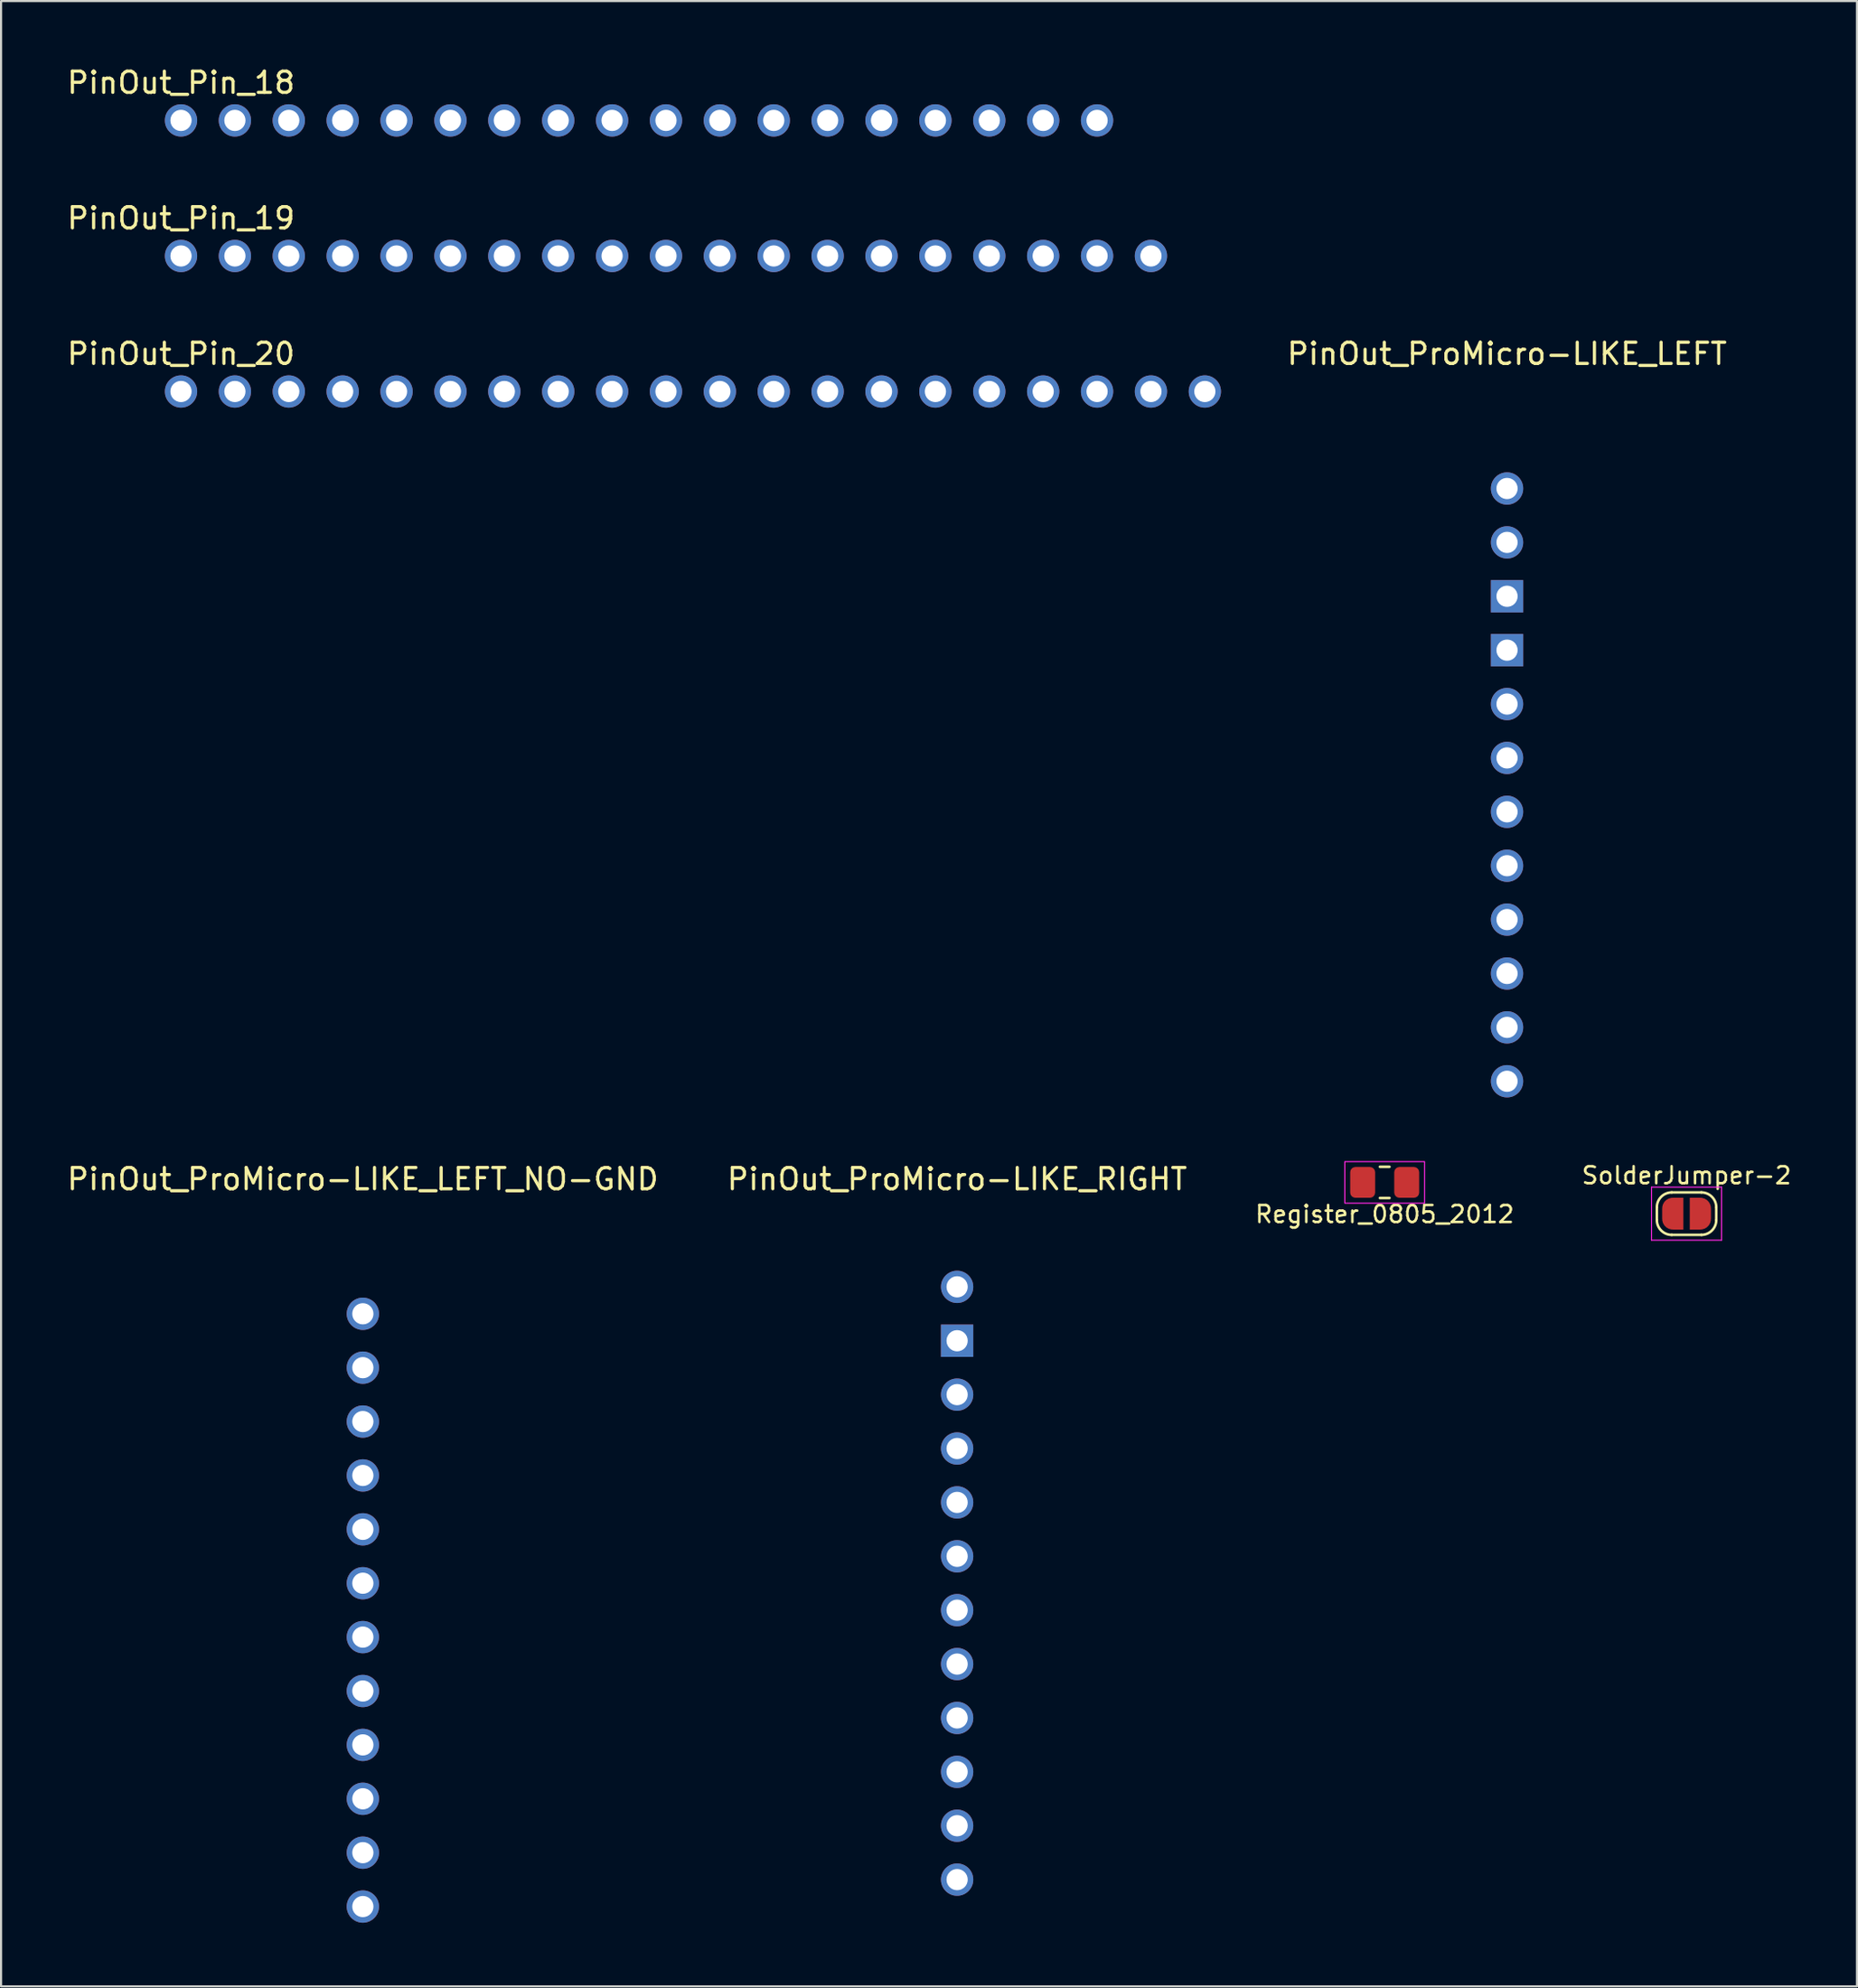
<source format=kicad_pcb>
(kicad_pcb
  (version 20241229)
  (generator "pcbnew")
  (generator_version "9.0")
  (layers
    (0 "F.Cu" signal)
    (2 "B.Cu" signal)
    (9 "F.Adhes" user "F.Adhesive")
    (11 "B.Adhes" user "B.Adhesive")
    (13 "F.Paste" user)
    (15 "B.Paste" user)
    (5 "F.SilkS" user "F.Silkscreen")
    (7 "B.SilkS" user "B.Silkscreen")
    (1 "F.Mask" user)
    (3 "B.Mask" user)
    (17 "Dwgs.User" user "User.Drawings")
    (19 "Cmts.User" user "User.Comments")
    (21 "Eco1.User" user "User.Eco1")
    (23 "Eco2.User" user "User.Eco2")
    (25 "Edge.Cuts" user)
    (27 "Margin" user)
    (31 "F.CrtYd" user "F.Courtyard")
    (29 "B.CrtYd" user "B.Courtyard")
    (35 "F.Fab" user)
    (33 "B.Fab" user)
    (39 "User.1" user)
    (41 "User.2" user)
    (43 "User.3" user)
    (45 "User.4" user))
  (footprint "PinOut_Pin_20"
    (layer "F.Cu")
    (at 5.482 15.403)
    (property "Reference" "PinOut_Pin_20" (at 0 -1.778 0) (layer "F.SilkS") (effects (font (size 1 1) (thickness 0.15))))
    (attr through_hole)
    (pad "1" thru_hole circle (at 0 0) (size 1.524 1.524) (drill 1) (layers "*.Cu" "*.Mask"))
    (pad "2" thru_hole circle (at 2.54 0) (size 1.524 1.524) (drill 1) (layers "*.Cu" "*.Mask"))
    (pad "3" thru_hole circle (at 5.08 0) (size 1.524 1.524) (drill 1) (layers "*.Cu" "*.Mask"))
    (pad "4" thru_hole circle (at 7.62 0) (size 1.524 1.524) (drill 1) (layers "*.Cu" "*.Mask"))
    (pad "5" thru_hole circle (at 10.16 0) (size 1.524 1.524) (drill 1) (layers "*.Cu" "*.Mask"))
    (pad "6" thru_hole circle (at 12.7 0) (size 1.524 1.524) (drill 1) (layers "*.Cu" "*.Mask"))
    (pad "7" thru_hole circle (at 15.24 0 270) (size 1.524 1.524) (drill 1) (layers "*.Cu" "*.Mask"))
    (pad "8" thru_hole circle (at 17.78 0) (size 1.524 1.524) (drill 1) (layers "*.Cu" "*.Mask"))
    (pad "9" thru_hole circle (at 20.32 0) (size 1.524 1.524) (drill 1) (layers "*.Cu" "*.Mask"))
    (pad "10" thru_hole circle (at 22.86 0) (size 1.524 1.524) (drill 1) (layers "*.Cu" "*.Mask"))
    (pad "11" thru_hole circle (at 25.4 0) (size 1.524 1.524) (drill 1) (layers "*.Cu" "*.Mask"))
    (pad "12" thru_hole circle (at 27.94 0) (size 1.524 1.524) (drill 1) (layers "*.Cu" "*.Mask"))
    (pad "13" thru_hole circle (at 30.48 0) (size 1.524 1.524) (drill 1) (layers "*.Cu" "*.Mask"))
    (pad "14" thru_hole circle (at 33.02 0) (size 1.524 1.524) (drill 1) (layers "*.Cu" "*.Mask"))
    (pad "15" thru_hole circle (at 35.56 0) (size 1.524 1.524) (drill 1) (layers "*.Cu" "*.Mask"))
    (pad "16" thru_hole circle (at 38.1 0) (size 1.524 1.524) (drill 1) (layers "*.Cu" "*.Mask"))
    (pad "17" thru_hole circle (at 40.64 0) (size 1.524 1.524) (drill 1) (layers "*.Cu" "*.Mask"))
    (pad "18" thru_hole circle (at 43.18 0) (size 1.524 1.524) (drill 1) (layers "*.Cu" "*.Mask"))
    (pad "19" thru_hole circle (at 45.72 0) (size 1.524 1.524) (drill 1) (layers "*.Cu" "*.Mask"))
    (pad "20" thru_hole circle (at 48.26 0) (size 1.524 1.524) (drill 1) (layers "*.Cu" "*.Mask")))
  (footprint "PinOut_ProMicro-LIKE_LEFT"
    (layer "F.Cu")
    (at 67.986 33.945)
    (property "Reference" "PinOut_ProMicro-LIKE_LEFT" (at 0 -20.32 0) (unlocked yes) (layer "F.SilkS") (effects (font (size 1 1) (thickness 0.15))))
    (attr through_hole)
    (pad "1" thru_hole circle (at 0 -13.97) (size 1.524 1.524) (drill 1) (layers "*.Cu" "*.Mask"))
    (pad "2" thru_hole circle (at 0 -11.43 180) (size 1.524 1.524) (drill 1) (layers "*.Cu" "*.Mask"))
    (pad "3" thru_hole rect (at 0 -8.89) (size 1.524 1.524) (drill 1) (layers "*.Cu" "*.Mask"))
    (pad "4" thru_hole rect (at 0 -6.35) (size 1.524 1.524) (drill 1) (layers "*.Cu" "*.Mask"))
    (pad "5" thru_hole circle (at 0 -3.81) (size 1.524 1.524) (drill 1) (layers "*.Cu" "*.Mask"))
    (pad "6" thru_hole circle (at 0 -1.27) (size 1.524 1.524) (drill 1) (layers "*.Cu" "*.Mask"))
    (pad "7" thru_hole circle (at 0 1.27) (size 1.524 1.524) (drill 1) (layers "*.Cu" "*.Mask"))
    (pad "8" thru_hole circle (at 0 3.81) (size 1.524 1.524) (drill 1) (layers "*.Cu" "*.Mask"))
    (pad "9" thru_hole circle (at 0 6.35) (size 1.524 1.524) (drill 1) (layers "*.Cu" "*.Mask"))
    (pad "10" thru_hole circle (at 0 8.89) (size 1.524 1.524) (drill 1) (layers "*.Cu" "*.Mask"))
    (pad "11" thru_hole circle (at 0 11.43) (size 1.524 1.524) (drill 1) (layers "*.Cu" "*.Mask"))
    (pad "12" thru_hole circle (at 0 13.97) (size 1.524 1.524) (drill 1) (layers "*.Cu" "*.Mask")))
  (footprint "Register_0805_2012"
    (layer "F.Cu")
    (at 62.219 52.682)
    (property "Reference" "Register_0805_2012" (at 0 1.5 180) (layer "F.SilkS") (effects (font (size 0.8 0.8) (thickness 0.12))))
    (attr smd)
    (fp_line (start -0.227 -0.735) (end 0.227 -0.735) (stroke (width 0.12) (type solid)) (layer "F.SilkS"))
    (fp_line (start -0.227 0.735) (end 0.227 0.735) (stroke (width 0.12) (type solid)) (layer "F.SilkS"))
    (fp_rect (start -1.88 -0.98) (end 1.88 0.98) (stroke (width 0.05) (type default)) (fill no) (layer "F.CrtYd"))
    (pad "1" smd roundrect (at -1.038 0) (size 1.175 1.45) (layers "F.Cu" "F.Mask" "F.Paste") (roundrect_rratio 0.208))
    (pad "2" smd roundrect (at 1.038 0) (size 1.175 1.45) (layers "F.Cu" "F.Mask" "F.Paste") (roundrect_rratio 0.208)))
  (footprint "SolderJumper-2"
    (layer "F.Cu")
    (at 76.448 54.155)
    (property "Reference" "SolderJumper-2" (at 0 -1.8 0) (layer "F.SilkS") (effects (font (size 0.8 0.8) (thickness 0.12))))
    (attr exclude_from_pos_files exclude_from_bom)
    (fp_line (start -1.4 0.3) (end -1.4 -0.3) (stroke (width 0.12) (type solid)) (layer "F.SilkS"))
    (fp_line (start -0.7 -1) (end 0.7 -1) (stroke (width 0.12) (type solid)) (layer "F.SilkS"))
    (fp_line (start 0.7 1) (end -0.7 1) (stroke (width 0.12) (type solid)) (layer "F.SilkS"))
    (fp_line (start 1.4 -0.3) (end 1.4 0.3) (stroke (width 0.12) (type solid)) (layer "F.SilkS"))
    (fp_arc (start -1.4 -0.3) (mid -1.194975 -0.794975) (end -0.7 -1) (stroke (width 0.12) (type solid)) (layer "F.SilkS"))
    (fp_arc (start -0.7 1) (mid -1.194975 0.794975) (end -1.4 0.3) (stroke (width 0.12) (type solid)) (layer "F.SilkS"))
    (fp_arc (start 0.7 -1) (mid 1.194975 -0.794975) (end 1.4 -0.3) (stroke (width 0.12) (type solid)) (layer "F.SilkS"))
    (fp_arc (start 1.4 0.3) (mid 1.194975 0.794975) (end 0.7 1) (stroke (width 0.12) (type solid)) (layer "F.SilkS"))
    (fp_line (start -1.65 -1.25) (end -1.65 1.25) (stroke (width 0.05) (type solid)) (layer "F.CrtYd"))
    (fp_line (start -1.65 -1.25) (end 1.65 -1.25) (stroke (width 0.05) (type solid)) (layer "F.CrtYd"))
    (fp_line (start 1.65 1.25) (end -1.65 1.25) (stroke (width 0.05) (type solid)) (layer "F.CrtYd"))
    (fp_line (start 1.65 1.25) (end 1.65 -1.25) (stroke (width 0.05) (type solid)) (layer "F.CrtYd"))
    (pad "1" smd custom (at -0.65 0) (size 1 0.5) (layers "F.Cu" "F.Mask") (options (anchor rect)) (primitives (gr_circle (center 0 0.25) (end 0.5 0.25) (width 0) (fill yes)) (gr_circle (center 0 -0.25) (end 0.5 -0.25) (width 0) (fill yes)) (gr_poly (pts (xy 0.5 0.75) (xy 0 0.75) (xy 0 -0.75) (xy 0.5 -0.75)) (width 0) (fill yes))))
    (pad "2" smd custom (at 0.65 0) (size 1 0.5) (layers "F.Cu" "F.Mask") (options (anchor rect)) (primitives (gr_circle (center 0 0.25) (end 0.5 0.25) (width 0) (fill yes)) (gr_circle (center 0 -0.25) (end 0.5 -0.25) (width 0) (fill yes)) (gr_poly (pts (xy 0 0.75) (xy -0.5 0.75) (xy -0.5 -0.75) (xy 0 -0.75)) (width 0) (fill yes)))))
  (footprint "PinOut_ProMicro-LIKE_RIGHT"
    (layer "F.Cu")
    (at 42.065 72.845)
    (property "Reference" "PinOut_ProMicro-LIKE_RIGHT" (at 0 -20.32 0) (unlocked yes) (layer "F.SilkS") (effects (font (size 1 1) (thickness 0.15))))
    (attr through_hole)
    (pad "1" thru_hole circle (at 0 12.7 180) (size 1.524 1.524) (drill 1) (layers "*.Cu" "*.Mask"))
    (pad "2" thru_hole circle (at 0 10.16) (size 1.524 1.524) (drill 1) (layers "*.Cu" "*.Mask"))
    (pad "3" thru_hole circle (at 0 7.62 180) (size 1.524 1.524) (drill 1) (layers "*.Cu" "*.Mask"))
    (pad "4" thru_hole circle (at 0 5.08 180) (size 1.524 1.524) (drill 1) (layers "*.Cu" "*.Mask"))
    (pad "5" thru_hole circle (at 0 2.54 180) (size 1.524 1.524) (drill 1) (layers "*.Cu" "*.Mask"))
    (pad "6" thru_hole circle (at 0 0 180) (size 1.524 1.524) (drill 1) (layers "*.Cu" "*.Mask"))
    (pad "7" thru_hole circle (at 0 -2.54 180) (size 1.524 1.524) (drill 1) (layers "*.Cu" "*.Mask"))
    (pad "8" thru_hole circle (at 0 -5.08 180) (size 1.524 1.524) (drill 1) (layers "*.Cu" "*.Mask"))
    (pad "9" thru_hole circle (at 0 -7.62 180) (size 1.524 1.524) (drill 1) (layers "*.Cu" "*.Mask"))
    (pad "10" thru_hole circle (at 0 -10.16 180) (size 1.524 1.524) (drill 1) (layers "*.Cu" "*.Mask"))
    (pad "11" thru_hole rect (at 0 -12.7 180) (size 1.524 1.524) (drill 1) (layers "*.Cu" "*.Mask"))
    (pad "12" thru_hole circle (at 0 -15.24 180) (size 1.524 1.524) (drill 1) (layers "*.Cu" "*.Mask")))
  (footprint "PinOut_ProMicro-LIKE_LEFT_NO-GND"
    (layer "F.Cu")
    (at 14.054 72.845)
    (property "Reference" "PinOut_ProMicro-LIKE_LEFT_NO-GND" (at 0 -20.32 0) (unlocked yes) (layer "F.SilkS") (effects (font (size 1 1) (thickness 0.15))))
    (attr through_hole)
    (pad "1" thru_hole circle (at 0 -13.97) (size 1.524 1.524) (drill 1) (layers "*.Cu" "*.Mask"))
    (pad "2" thru_hole circle (at 0 -11.43 180) (size 1.524 1.524) (drill 1) (layers "*.Cu" "*.Mask"))
    (pad "3" thru_hole circle (at 0 -8.89) (size 1.524 1.524) (drill 1) (layers "*.Cu" "*.Mask"))
    (pad "4" thru_hole oval (at 0 -6.35) (size 1.524 1.524) (drill 1) (layers "*.Cu" "*.Mask"))
    (pad "5" thru_hole circle (at 0 -3.81) (size 1.524 1.524) (drill 1) (layers "*.Cu" "*.Mask"))
    (pad "6" thru_hole circle (at 0 -1.27) (size 1.524 1.524) (drill 1) (layers "*.Cu" "*.Mask"))
    (pad "7" thru_hole circle (at 0 1.27) (size 1.524 1.524) (drill 1) (layers "*.Cu" "*.Mask"))
    (pad "8" thru_hole circle (at 0 3.81) (size 1.524 1.524) (drill 1) (layers "*.Cu" "*.Mask"))
    (pad "9" thru_hole circle (at 0 6.35) (size 1.524 1.524) (drill 1) (layers "*.Cu" "*.Mask"))
    (pad "10" thru_hole circle (at 0 8.89) (size 1.524 1.524) (drill 1) (layers "*.Cu" "*.Mask"))
    (pad "11" thru_hole circle (at 0 11.43) (size 1.524 1.524) (drill 1) (layers "*.Cu" "*.Mask"))
    (pad "12" thru_hole circle (at 0 13.97) (size 1.524 1.524) (drill 1) (layers "*.Cu" "*.Mask")))
  (footprint "PinOut_Pin_18"
    (layer "F.Cu")
    (at 5.482 2.626)
    (property "Reference" "PinOut_Pin_18" (at 0 -1.778 0) (layer "F.SilkS") (effects (font (size 1 1) (thickness 0.15))))
    (attr through_hole)
    (pad "1" thru_hole circle (at 0 0) (size 1.524 1.524) (drill 1) (layers "*.Cu" "*.Mask"))
    (pad "2" thru_hole circle (at 2.54 0) (size 1.524 1.524) (drill 1) (layers "*.Cu" "*.Mask"))
    (pad "3" thru_hole circle (at 5.08 0) (size 1.524 1.524) (drill 1) (layers "*.Cu" "*.Mask"))
    (pad "4" thru_hole circle (at 7.62 0) (size 1.524 1.524) (drill 1) (layers "*.Cu" "*.Mask"))
    (pad "5" thru_hole circle (at 10.16 0) (size 1.524 1.524) (drill 1) (layers "*.Cu" "*.Mask"))
    (pad "6" thru_hole circle (at 12.7 0) (size 1.524 1.524) (drill 1) (layers "*.Cu" "*.Mask"))
    (pad "7" thru_hole circle (at 15.24 0 270) (size 1.524 1.524) (drill 1) (layers "*.Cu" "*.Mask"))
    (pad "8" thru_hole circle (at 17.78 0) (size 1.524 1.524) (drill 1) (layers "*.Cu" "*.Mask"))
    (pad "9" thru_hole circle (at 20.32 0) (size 1.524 1.524) (drill 1) (layers "*.Cu" "*.Mask"))
    (pad "10" thru_hole circle (at 22.86 0) (size 1.524 1.524) (drill 1) (layers "*.Cu" "*.Mask"))
    (pad "11" thru_hole circle (at 25.4 0) (size 1.524 1.524) (drill 1) (layers "*.Cu" "*.Mask"))
    (pad "12" thru_hole circle (at 27.94 0) (size 1.524 1.524) (drill 1) (layers "*.Cu" "*.Mask"))
    (pad "13" thru_hole circle (at 30.48 0) (size 1.524 1.524) (drill 1) (layers "*.Cu" "*.Mask"))
    (pad "14" thru_hole circle (at 33.02 0) (size 1.524 1.524) (drill 1) (layers "*.Cu" "*.Mask"))
    (pad "15" thru_hole circle (at 35.56 0) (size 1.524 1.524) (drill 1) (layers "*.Cu" "*.Mask"))
    (pad "16" thru_hole circle (at 38.1 0) (size 1.524 1.524) (drill 1) (layers "*.Cu" "*.Mask"))
    (pad "17" thru_hole circle (at 40.64 0) (size 1.524 1.524) (drill 1) (layers "*.Cu" "*.Mask"))
    (pad "18" thru_hole circle (at 43.18 0) (size 1.524 1.524) (drill 1) (layers "*.Cu" "*.Mask")))
  (footprint "PinOut_Pin_19"
    (layer "F.Cu")
    (at 5.482 9.014)
    (property "Reference" "PinOut_Pin_19" (at 0 -1.778 0) (layer "F.SilkS") (effects (font (size 1 1) (thickness 0.15))))
    (attr through_hole)
    (pad "1" thru_hole circle (at 0 0) (size 1.524 1.524) (drill 1) (layers "*.Cu" "*.Mask"))
    (pad "2" thru_hole circle (at 2.54 0) (size 1.524 1.524) (drill 1) (layers "*.Cu" "*.Mask"))
    (pad "3" thru_hole circle (at 5.08 0) (size 1.524 1.524) (drill 1) (layers "*.Cu" "*.Mask"))
    (pad "4" thru_hole circle (at 7.62 0) (size 1.524 1.524) (drill 1) (layers "*.Cu" "*.Mask"))
    (pad "5" thru_hole circle (at 10.16 0) (size 1.524 1.524) (drill 1) (layers "*.Cu" "*.Mask"))
    (pad "6" thru_hole circle (at 12.7 0) (size 1.524 1.524) (drill 1) (layers "*.Cu" "*.Mask"))
    (pad "7" thru_hole circle (at 15.24 0 270) (size 1.524 1.524) (drill 1) (layers "*.Cu" "*.Mask"))
    (pad "8" thru_hole circle (at 17.78 0) (size 1.524 1.524) (drill 1) (layers "*.Cu" "*.Mask"))
    (pad "9" thru_hole circle (at 20.32 0) (size 1.524 1.524) (drill 1) (layers "*.Cu" "*.Mask"))
    (pad "10" thru_hole circle (at 22.86 0) (size 1.524 1.524) (drill 1) (layers "*.Cu" "*.Mask"))
    (pad "11" thru_hole circle (at 25.4 0) (size 1.524 1.524) (drill 1) (layers "*.Cu" "*.Mask"))
    (pad "12" thru_hole circle (at 27.94 0) (size 1.524 1.524) (drill 1) (layers "*.Cu" "*.Mask"))
    (pad "13" thru_hole circle (at 30.48 0) (size 1.524 1.524) (drill 1) (layers "*.Cu" "*.Mask"))
    (pad "14" thru_hole circle (at 33.02 0) (size 1.524 1.524) (drill 1) (layers "*.Cu" "*.Mask"))
    (pad "15" thru_hole circle (at 35.56 0) (size 1.524 1.524) (drill 1) (layers "*.Cu" "*.Mask"))
    (pad "16" thru_hole circle (at 38.1 0) (size 1.524 1.524) (drill 1) (layers "*.Cu" "*.Mask"))
    (pad "17" thru_hole circle (at 40.64 0) (size 1.524 1.524) (drill 1) (layers "*.Cu" "*.Mask"))
    (pad "18" thru_hole circle (at 43.18 0) (size 1.524 1.524) (drill 1) (layers "*.Cu" "*.Mask"))
    (pad "19" thru_hole circle (at 45.72 0) (size 1.524 1.524) (drill 1) (layers "*.Cu" "*.Mask")))
  (gr_rect
    (start -3 -3)
    (end 84.481 90.577)
    (stroke (width 0.1) (type default))
    (fill no)
    (layer "Edge.Cuts")))
</source>
